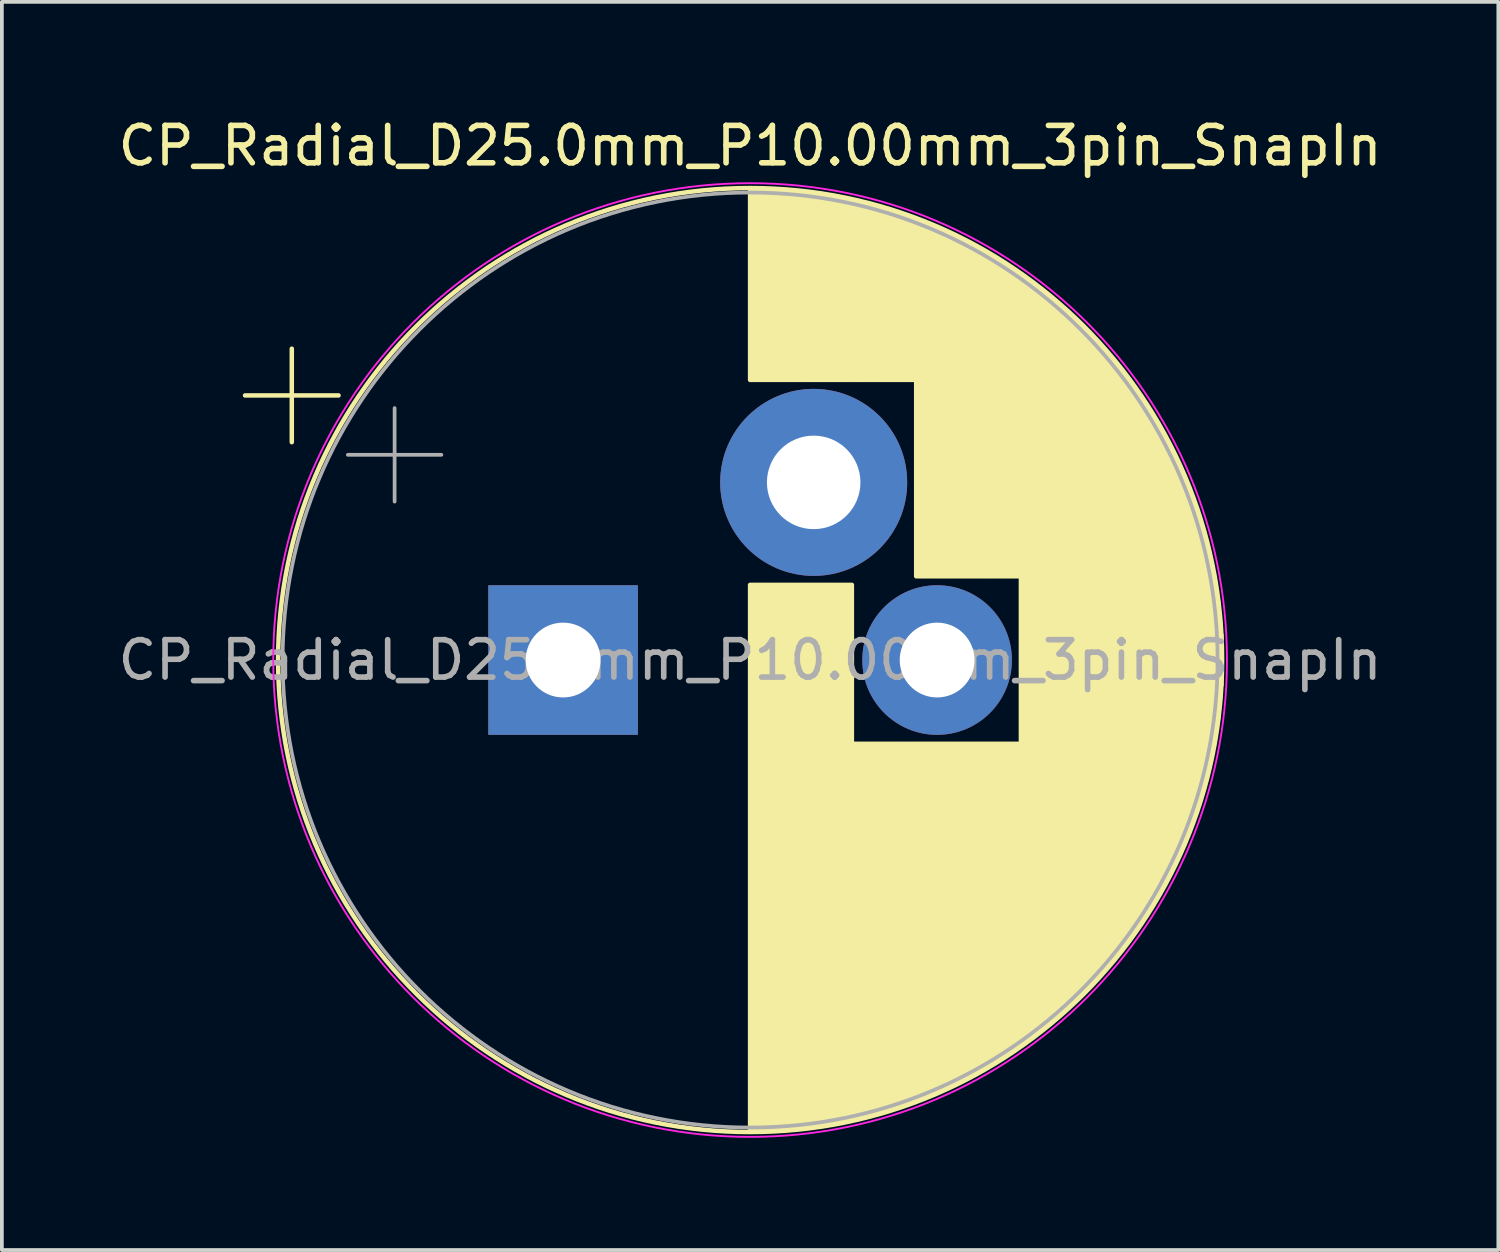
<source format=kicad_pcb>
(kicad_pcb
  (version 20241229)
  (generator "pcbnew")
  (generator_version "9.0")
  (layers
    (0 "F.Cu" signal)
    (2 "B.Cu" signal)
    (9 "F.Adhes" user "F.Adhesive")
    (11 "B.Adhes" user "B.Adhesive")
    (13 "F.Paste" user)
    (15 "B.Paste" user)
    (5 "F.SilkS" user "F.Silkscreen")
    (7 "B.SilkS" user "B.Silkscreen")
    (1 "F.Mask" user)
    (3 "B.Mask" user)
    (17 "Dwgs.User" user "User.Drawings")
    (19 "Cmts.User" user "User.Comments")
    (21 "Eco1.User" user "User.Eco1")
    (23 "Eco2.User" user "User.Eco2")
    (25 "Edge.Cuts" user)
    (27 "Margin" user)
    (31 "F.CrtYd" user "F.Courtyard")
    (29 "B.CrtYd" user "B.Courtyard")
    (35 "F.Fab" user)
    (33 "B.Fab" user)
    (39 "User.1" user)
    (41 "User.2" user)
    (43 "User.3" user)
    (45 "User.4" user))
  (footprint "CP_Radial_D25.0mm_P10.00mm_3pin_SnapIn"
    (layer "F.Cu")
    (at 12.006 14.598)
    (property "Reference" "CP_Radial_D25.0mm_P10.00mm_3pin_SnapIn" (at 5 -13.75 0) (layer "F.SilkS") (effects (font (size 1 1) (thickness 0.15))))
    (attr through_hole)
    (fp_line (start -8.504 -7.075) (end -6.004 -7.075) (stroke (width 0.12) (type solid)) (layer "F.SilkS"))
    (fp_line (start -7.254 -8.325) (end -7.254 -5.825) (stroke (width 0.12) (type solid)) (layer "F.SilkS"))
    (fp_line (start 5 -12.581) (end 5 -7.49) (stroke (width 0.12) (type solid)) (layer "F.SilkS"))
    (fp_line (start 5 -2.01) (end 5 12.581) (stroke (width 0.12) (type solid)) (layer "F.SilkS"))
    (fp_line (start 5.04 -12.58) (end 5.04 -7.49) (stroke (width 0.12) (type solid)) (layer "F.SilkS"))
    (fp_line (start 5.04 -2.01) (end 5.04 12.58) (stroke (width 0.12) (type solid)) (layer "F.SilkS"))
    (fp_line (start 5.08 -12.58) (end 5.08 -7.49) (stroke (width 0.12) (type solid)) (layer "F.SilkS"))
    (fp_line (start 5.08 -2.01) (end 5.08 12.58) (stroke (width 0.12) (type solid)) (layer "F.SilkS"))
    (fp_line (start 5.12 -12.58) (end 5.12 -7.49) (stroke (width 0.12) (type solid)) (layer "F.SilkS"))
    (fp_line (start 5.12 -2.01) (end 5.12 12.58) (stroke (width 0.12) (type solid)) (layer "F.SilkS"))
    (fp_line (start 5.16 -12.579) (end 5.16 -7.49) (stroke (width 0.12) (type solid)) (layer "F.SilkS"))
    (fp_line (start 5.16 -2.01) (end 5.16 12.579) (stroke (width 0.12) (type solid)) (layer "F.SilkS"))
    (fp_line (start 5.2 -12.579) (end 5.2 -7.49) (stroke (width 0.12) (type solid)) (layer "F.SilkS"))
    (fp_line (start 5.2 -2.01) (end 5.2 12.579) (stroke (width 0.12) (type solid)) (layer "F.SilkS"))
    (fp_line (start 5.24 -12.578) (end 5.24 -7.49) (stroke (width 0.12) (type solid)) (layer "F.SilkS"))
    (fp_line (start 5.24 -2.01) (end 5.24 12.578) (stroke (width 0.12) (type solid)) (layer "F.SilkS"))
    (fp_line (start 5.28 -12.577) (end 5.28 -7.49) (stroke (width 0.12) (type solid)) (layer "F.SilkS"))
    (fp_line (start 5.28 -2.01) (end 5.28 12.577) (stroke (width 0.12) (type solid)) (layer "F.SilkS"))
    (fp_line (start 5.32 -12.576) (end 5.32 -7.49) (stroke (width 0.12) (type solid)) (layer "F.SilkS"))
    (fp_line (start 5.32 -2.01) (end 5.32 12.576) (stroke (width 0.12) (type solid)) (layer "F.SilkS"))
    (fp_line (start 5.36 -12.575) (end 5.36 -7.49) (stroke (width 0.12) (type solid)) (layer "F.SilkS"))
    (fp_line (start 5.36 -2.01) (end 5.36 12.575) (stroke (width 0.12) (type solid)) (layer "F.SilkS"))
    (fp_line (start 5.4 -12.574) (end 5.4 -7.49) (stroke (width 0.12) (type solid)) (layer "F.SilkS"))
    (fp_line (start 5.4 -2.01) (end 5.4 12.574) (stroke (width 0.12) (type solid)) (layer "F.SilkS"))
    (fp_line (start 5.44 -12.573) (end 5.44 -7.49) (stroke (width 0.12) (type solid)) (layer "F.SilkS"))
    (fp_line (start 5.44 -2.01) (end 5.44 12.573) (stroke (width 0.12) (type solid)) (layer "F.SilkS"))
    (fp_line (start 5.48 -12.571) (end 5.48 -7.49) (stroke (width 0.12) (type solid)) (layer "F.SilkS"))
    (fp_line (start 5.48 -2.01) (end 5.48 12.571) (stroke (width 0.12) (type solid)) (layer "F.SilkS"))
    (fp_line (start 5.52 -12.57) (end 5.52 -7.49) (stroke (width 0.12) (type solid)) (layer "F.SilkS"))
    (fp_line (start 5.52 -2.01) (end 5.52 12.57) (stroke (width 0.12) (type solid)) (layer "F.SilkS"))
    (fp_line (start 5.56 -12.568) (end 5.56 -7.49) (stroke (width 0.12) (type solid)) (layer "F.SilkS"))
    (fp_line (start 5.56 -2.01) (end 5.56 12.568) (stroke (width 0.12) (type solid)) (layer "F.SilkS"))
    (fp_line (start 5.6 -12.566) (end 5.6 -7.49) (stroke (width 0.12) (type solid)) (layer "F.SilkS"))
    (fp_line (start 5.6 -2.01) (end 5.6 12.566) (stroke (width 0.12) (type solid)) (layer "F.SilkS"))
    (fp_line (start 5.64 -12.564) (end 5.64 -7.49) (stroke (width 0.12) (type solid)) (layer "F.SilkS"))
    (fp_line (start 5.64 -2.01) (end 5.64 12.564) (stroke (width 0.12) (type solid)) (layer "F.SilkS"))
    (fp_line (start 5.68 -12.562) (end 5.68 -7.49) (stroke (width 0.12) (type solid)) (layer "F.SilkS"))
    (fp_line (start 5.68 -2.01) (end 5.68 12.562) (stroke (width 0.12) (type solid)) (layer "F.SilkS"))
    (fp_line (start 5.721 -12.56) (end 5.721 -7.49) (stroke (width 0.12) (type solid)) (layer "F.SilkS"))
    (fp_line (start 5.721 -2.01) (end 5.721 12.56) (stroke (width 0.12) (type solid)) (layer "F.SilkS"))
    (fp_line (start 5.761 -12.558) (end 5.761 -7.49) (stroke (width 0.12) (type solid)) (layer "F.SilkS"))
    (fp_line (start 5.761 -2.01) (end 5.761 12.558) (stroke (width 0.12) (type solid)) (layer "F.SilkS"))
    (fp_line (start 5.801 -12.555) (end 5.801 -7.49) (stroke (width 0.12) (type solid)) (layer "F.SilkS"))
    (fp_line (start 5.801 -2.01) (end 5.801 12.555) (stroke (width 0.12) (type solid)) (layer "F.SilkS"))
    (fp_line (start 5.841 -12.553) (end 5.841 -7.49) (stroke (width 0.12) (type solid)) (layer "F.SilkS"))
    (fp_line (start 5.841 -2.01) (end 5.841 12.553) (stroke (width 0.12) (type solid)) (layer "F.SilkS"))
    (fp_line (start 5.881 -12.55) (end 5.881 -7.49) (stroke (width 0.12) (type solid)) (layer "F.SilkS"))
    (fp_line (start 5.881 -2.01) (end 5.881 12.55) (stroke (width 0.12) (type solid)) (layer "F.SilkS"))
    (fp_line (start 5.921 -12.547) (end 5.921 -7.49) (stroke (width 0.12) (type solid)) (layer "F.SilkS"))
    (fp_line (start 5.921 -2.01) (end 5.921 12.547) (stroke (width 0.12) (type solid)) (layer "F.SilkS"))
    (fp_line (start 5.961 -12.544) (end 5.961 -7.49) (stroke (width 0.12) (type solid)) (layer "F.SilkS"))
    (fp_line (start 5.961 -2.01) (end 5.961 12.544) (stroke (width 0.12) (type solid)) (layer "F.SilkS"))
    (fp_line (start 6.001 -12.541) (end 6.001 -7.49) (stroke (width 0.12) (type solid)) (layer "F.SilkS"))
    (fp_line (start 6.001 -2.01) (end 6.001 12.541) (stroke (width 0.12) (type solid)) (layer "F.SilkS"))
    (fp_line (start 6.041 -12.538) (end 6.041 -7.49) (stroke (width 0.12) (type solid)) (layer "F.SilkS"))
    (fp_line (start 6.041 -2.01) (end 6.041 12.538) (stroke (width 0.12) (type solid)) (layer "F.SilkS"))
    (fp_line (start 6.081 -12.534) (end 6.081 -7.49) (stroke (width 0.12) (type solid)) (layer "F.SilkS"))
    (fp_line (start 6.081 -2.01) (end 6.081 12.534) (stroke (width 0.12) (type solid)) (layer "F.SilkS"))
    (fp_line (start 6.121 -12.531) (end 6.121 -7.49) (stroke (width 0.12) (type solid)) (layer "F.SilkS"))
    (fp_line (start 6.121 -2.01) (end 6.121 12.531) (stroke (width 0.12) (type solid)) (layer "F.SilkS"))
    (fp_line (start 6.161 -12.527) (end 6.161 -7.49) (stroke (width 0.12) (type solid)) (layer "F.SilkS"))
    (fp_line (start 6.161 -2.01) (end 6.161 12.527) (stroke (width 0.12) (type solid)) (layer "F.SilkS"))
    (fp_line (start 6.201 -12.523) (end 6.201 -7.49) (stroke (width 0.12) (type solid)) (layer "F.SilkS"))
    (fp_line (start 6.201 -2.01) (end 6.201 12.523) (stroke (width 0.12) (type solid)) (layer "F.SilkS"))
    (fp_line (start 6.241 -12.519) (end 6.241 -7.49) (stroke (width 0.12) (type solid)) (layer "F.SilkS"))
    (fp_line (start 6.241 -2.01) (end 6.241 12.519) (stroke (width 0.12) (type solid)) (layer "F.SilkS"))
    (fp_line (start 6.281 -12.515) (end 6.281 -7.49) (stroke (width 0.12) (type solid)) (layer "F.SilkS"))
    (fp_line (start 6.281 -2.01) (end 6.281 12.515) (stroke (width 0.12) (type solid)) (layer "F.SilkS"))
    (fp_line (start 6.321 -12.511) (end 6.321 -7.49) (stroke (width 0.12) (type solid)) (layer "F.SilkS"))
    (fp_line (start 6.321 -2.01) (end 6.321 12.511) (stroke (width 0.12) (type solid)) (layer "F.SilkS"))
    (fp_line (start 6.361 -12.507) (end 6.361 -7.49) (stroke (width 0.12) (type solid)) (layer "F.SilkS"))
    (fp_line (start 6.361 -2.01) (end 6.361 12.507) (stroke (width 0.12) (type solid)) (layer "F.SilkS"))
    (fp_line (start 6.401 -12.503) (end 6.401 -7.49) (stroke (width 0.12) (type solid)) (layer "F.SilkS"))
    (fp_line (start 6.401 -2.01) (end 6.401 12.503) (stroke (width 0.12) (type solid)) (layer "F.SilkS"))
    (fp_line (start 6.441 -12.498) (end 6.441 -7.49) (stroke (width 0.12) (type solid)) (layer "F.SilkS"))
    (fp_line (start 6.441 -2.01) (end 6.441 12.498) (stroke (width 0.12) (type solid)) (layer "F.SilkS"))
    (fp_line (start 6.481 -12.493) (end 6.481 -7.49) (stroke (width 0.12) (type solid)) (layer "F.SilkS"))
    (fp_line (start 6.481 -2.01) (end 6.481 12.493) (stroke (width 0.12) (type solid)) (layer "F.SilkS"))
    (fp_line (start 6.521 -12.489) (end 6.521 -7.49) (stroke (width 0.12) (type solid)) (layer "F.SilkS"))
    (fp_line (start 6.521 -2.01) (end 6.521 12.489) (stroke (width 0.12) (type solid)) (layer "F.SilkS"))
    (fp_line (start 6.561 -12.484) (end 6.561 -7.49) (stroke (width 0.12) (type solid)) (layer "F.SilkS"))
    (fp_line (start 6.561 -2.01) (end 6.561 12.484) (stroke (width 0.12) (type solid)) (layer "F.SilkS"))
    (fp_line (start 6.601 -12.479) (end 6.601 -7.49) (stroke (width 0.12) (type solid)) (layer "F.SilkS"))
    (fp_line (start 6.601 -2.01) (end 6.601 12.479) (stroke (width 0.12) (type solid)) (layer "F.SilkS"))
    (fp_line (start 6.641 -12.473) (end 6.641 -7.49) (stroke (width 0.12) (type solid)) (layer "F.SilkS"))
    (fp_line (start 6.641 -2.01) (end 6.641 12.473) (stroke (width 0.12) (type solid)) (layer "F.SilkS"))
    (fp_line (start 6.681 -12.468) (end 6.681 -7.49) (stroke (width 0.12) (type solid)) (layer "F.SilkS"))
    (fp_line (start 6.681 -2.01) (end 6.681 12.468) (stroke (width 0.12) (type solid)) (layer "F.SilkS"))
    (fp_line (start 6.721 -12.463) (end 6.721 -7.49) (stroke (width 0.12) (type solid)) (layer "F.SilkS"))
    (fp_line (start 6.721 -2.01) (end 6.721 12.463) (stroke (width 0.12) (type solid)) (layer "F.SilkS"))
    (fp_line (start 6.761 -12.457) (end 6.761 -7.49) (stroke (width 0.12) (type solid)) (layer "F.SilkS"))
    (fp_line (start 6.761 -2.01) (end 6.761 12.457) (stroke (width 0.12) (type solid)) (layer "F.SilkS"))
    (fp_line (start 6.801 -12.451) (end 6.801 -7.49) (stroke (width 0.12) (type solid)) (layer "F.SilkS"))
    (fp_line (start 6.801 -2.01) (end 6.801 12.451) (stroke (width 0.12) (type solid)) (layer "F.SilkS"))
    (fp_line (start 6.841 -12.446) (end 6.841 -7.49) (stroke (width 0.12) (type solid)) (layer "F.SilkS"))
    (fp_line (start 6.841 -2.01) (end 6.841 12.446) (stroke (width 0.12) (type solid)) (layer "F.SilkS"))
    (fp_line (start 6.881 -12.44) (end 6.881 -7.49) (stroke (width 0.12) (type solid)) (layer "F.SilkS"))
    (fp_line (start 6.881 -2.01) (end 6.881 12.44) (stroke (width 0.12) (type solid)) (layer "F.SilkS"))
    (fp_line (start 6.921 -12.434) (end 6.921 -7.49) (stroke (width 0.12) (type solid)) (layer "F.SilkS"))
    (fp_line (start 6.921 -2.01) (end 6.921 12.434) (stroke (width 0.12) (type solid)) (layer "F.SilkS"))
    (fp_line (start 6.961 -12.427) (end 6.961 -7.49) (stroke (width 0.12) (type solid)) (layer "F.SilkS"))
    (fp_line (start 6.961 -2.01) (end 6.961 12.427) (stroke (width 0.12) (type solid)) (layer "F.SilkS"))
    (fp_line (start 7.001 -12.421) (end 7.001 -7.49) (stroke (width 0.12) (type solid)) (layer "F.SilkS"))
    (fp_line (start 7.001 -2.01) (end 7.001 12.421) (stroke (width 0.12) (type solid)) (layer "F.SilkS"))
    (fp_line (start 7.041 -12.415) (end 7.041 -7.49) (stroke (width 0.12) (type solid)) (layer "F.SilkS"))
    (fp_line (start 7.041 -2.01) (end 7.041 12.415) (stroke (width 0.12) (type solid)) (layer "F.SilkS"))
    (fp_line (start 7.081 -12.408) (end 7.081 -7.49) (stroke (width 0.12) (type solid)) (layer "F.SilkS"))
    (fp_line (start 7.081 -2.01) (end 7.081 12.408) (stroke (width 0.12) (type solid)) (layer "F.SilkS"))
    (fp_line (start 7.121 -12.401) (end 7.121 -7.49) (stroke (width 0.12) (type solid)) (layer "F.SilkS"))
    (fp_line (start 7.121 -2.01) (end 7.121 12.401) (stroke (width 0.12) (type solid)) (layer "F.SilkS"))
    (fp_line (start 7.161 -12.394) (end 7.161 -7.49) (stroke (width 0.12) (type solid)) (layer "F.SilkS"))
    (fp_line (start 7.161 -2.01) (end 7.161 12.394) (stroke (width 0.12) (type solid)) (layer "F.SilkS"))
    (fp_line (start 7.201 -12.387) (end 7.201 -7.49) (stroke (width 0.12) (type solid)) (layer "F.SilkS"))
    (fp_line (start 7.201 -2.01) (end 7.201 12.387) (stroke (width 0.12) (type solid)) (layer "F.SilkS"))
    (fp_line (start 7.241 -12.38) (end 7.241 -7.49) (stroke (width 0.12) (type solid)) (layer "F.SilkS"))
    (fp_line (start 7.241 -2.01) (end 7.241 12.38) (stroke (width 0.12) (type solid)) (layer "F.SilkS"))
    (fp_line (start 7.281 -12.373) (end 7.281 -7.49) (stroke (width 0.12) (type solid)) (layer "F.SilkS"))
    (fp_line (start 7.281 -2.01) (end 7.281 12.373) (stroke (width 0.12) (type solid)) (layer "F.SilkS"))
    (fp_line (start 7.321 -12.365) (end 7.321 -7.49) (stroke (width 0.12) (type solid)) (layer "F.SilkS"))
    (fp_line (start 7.321 -2.01) (end 7.321 12.365) (stroke (width 0.12) (type solid)) (layer "F.SilkS"))
    (fp_line (start 7.361 -12.358) (end 7.361 -7.49) (stroke (width 0.12) (type solid)) (layer "F.SilkS"))
    (fp_line (start 7.361 -2.01) (end 7.361 12.358) (stroke (width 0.12) (type solid)) (layer "F.SilkS"))
    (fp_line (start 7.401 -12.35) (end 7.401 -7.49) (stroke (width 0.12) (type solid)) (layer "F.SilkS"))
    (fp_line (start 7.401 -2.01) (end 7.401 12.35) (stroke (width 0.12) (type solid)) (layer "F.SilkS"))
    (fp_line (start 7.441 -12.342) (end 7.441 -7.49) (stroke (width 0.12) (type solid)) (layer "F.SilkS"))
    (fp_line (start 7.441 -2.01) (end 7.441 12.342) (stroke (width 0.12) (type solid)) (layer "F.SilkS"))
    (fp_line (start 7.481 -12.334) (end 7.481 -7.49) (stroke (width 0.12) (type solid)) (layer "F.SilkS"))
    (fp_line (start 7.481 -2.01) (end 7.481 12.334) (stroke (width 0.12) (type solid)) (layer "F.SilkS"))
    (fp_line (start 7.521 -12.326) (end 7.521 -7.49) (stroke (width 0.12) (type solid)) (layer "F.SilkS"))
    (fp_line (start 7.521 -2.01) (end 7.521 12.326) (stroke (width 0.12) (type solid)) (layer "F.SilkS"))
    (fp_line (start 7.561 -12.318) (end 7.561 -7.49) (stroke (width 0.12) (type solid)) (layer "F.SilkS"))
    (fp_line (start 7.561 -2.01) (end 7.561 12.318) (stroke (width 0.12) (type solid)) (layer "F.SilkS"))
    (fp_line (start 7.601 -12.31) (end 7.601 -7.49) (stroke (width 0.12) (type solid)) (layer "F.SilkS"))
    (fp_line (start 7.601 -2.01) (end 7.601 12.31) (stroke (width 0.12) (type solid)) (layer "F.SilkS"))
    (fp_line (start 7.641 -12.301) (end 7.641 -7.49) (stroke (width 0.12) (type solid)) (layer "F.SilkS"))
    (fp_line (start 7.641 -2.01) (end 7.641 12.301) (stroke (width 0.12) (type solid)) (layer "F.SilkS"))
    (fp_line (start 7.681 -12.293) (end 7.681 -7.49) (stroke (width 0.12) (type solid)) (layer "F.SilkS"))
    (fp_line (start 7.681 -2.01) (end 7.681 12.293) (stroke (width 0.12) (type solid)) (layer "F.SilkS"))
    (fp_line (start 7.721 -12.284) (end 7.721 -7.49) (stroke (width 0.12) (type solid)) (layer "F.SilkS"))
    (fp_line (start 7.721 -2.01) (end 7.721 12.284) (stroke (width 0.12) (type solid)) (layer "F.SilkS"))
    (fp_line (start 7.761 -12.275) (end 7.761 -7.49) (stroke (width 0.12) (type solid)) (layer "F.SilkS"))
    (fp_line (start 7.761 2.24) (end 7.761 12.275) (stroke (width 0.12) (type solid)) (layer "F.SilkS"))
    (fp_line (start 7.801 -12.266) (end 7.801 -7.49) (stroke (width 0.12) (type solid)) (layer "F.SilkS"))
    (fp_line (start 7.801 2.24) (end 7.801 12.266) (stroke (width 0.12) (type solid)) (layer "F.SilkS"))
    (fp_line (start 7.841 -12.257) (end 7.841 -7.49) (stroke (width 0.12) (type solid)) (layer "F.SilkS"))
    (fp_line (start 7.841 2.24) (end 7.841 12.257) (stroke (width 0.12) (type solid)) (layer "F.SilkS"))
    (fp_line (start 7.881 -12.247) (end 7.881 -7.49) (stroke (width 0.12) (type solid)) (layer "F.SilkS"))
    (fp_line (start 7.881 2.24) (end 7.881 12.247) (stroke (width 0.12) (type solid)) (layer "F.SilkS"))
    (fp_line (start 7.921 -12.238) (end 7.921 -7.49) (stroke (width 0.12) (type solid)) (layer "F.SilkS"))
    (fp_line (start 7.921 2.24) (end 7.921 12.238) (stroke (width 0.12) (type solid)) (layer "F.SilkS"))
    (fp_line (start 7.961 -12.228) (end 7.961 -7.49) (stroke (width 0.12) (type solid)) (layer "F.SilkS"))
    (fp_line (start 7.961 2.24) (end 7.961 12.228) (stroke (width 0.12) (type solid)) (layer "F.SilkS"))
    (fp_line (start 8.001 -12.219) (end 8.001 -7.49) (stroke (width 0.12) (type solid)) (layer "F.SilkS"))
    (fp_line (start 8.001 2.24) (end 8.001 12.219) (stroke (width 0.12) (type solid)) (layer "F.SilkS"))
    (fp_line (start 8.041 -12.209) (end 8.041 -7.49) (stroke (width 0.12) (type solid)) (layer "F.SilkS"))
    (fp_line (start 8.041 2.24) (end 8.041 12.209) (stroke (width 0.12) (type solid)) (layer "F.SilkS"))
    (fp_line (start 8.081 -12.199) (end 8.081 -7.49) (stroke (width 0.12) (type solid)) (layer "F.SilkS"))
    (fp_line (start 8.081 2.24) (end 8.081 12.199) (stroke (width 0.12) (type solid)) (layer "F.SilkS"))
    (fp_line (start 8.121 -12.189) (end 8.121 -7.49) (stroke (width 0.12) (type solid)) (layer "F.SilkS"))
    (fp_line (start 8.121 2.24) (end 8.121 12.189) (stroke (width 0.12) (type solid)) (layer "F.SilkS"))
    (fp_line (start 8.161 -12.178) (end 8.161 -7.49) (stroke (width 0.12) (type solid)) (layer "F.SilkS"))
    (fp_line (start 8.161 2.24) (end 8.161 12.178) (stroke (width 0.12) (type solid)) (layer "F.SilkS"))
    (fp_line (start 8.201 -12.168) (end 8.201 -7.49) (stroke (width 0.12) (type solid)) (layer "F.SilkS"))
    (fp_line (start 8.201 2.24) (end 8.201 12.168) (stroke (width 0.12) (type solid)) (layer "F.SilkS"))
    (fp_line (start 8.241 -12.157) (end 8.241 -7.49) (stroke (width 0.12) (type solid)) (layer "F.SilkS"))
    (fp_line (start 8.241 2.24) (end 8.241 12.157) (stroke (width 0.12) (type solid)) (layer "F.SilkS"))
    (fp_line (start 8.281 -12.147) (end 8.281 -7.49) (stroke (width 0.12) (type solid)) (layer "F.SilkS"))
    (fp_line (start 8.281 2.24) (end 8.281 12.147) (stroke (width 0.12) (type solid)) (layer "F.SilkS"))
    (fp_line (start 8.321 -12.136) (end 8.321 -7.49) (stroke (width 0.12) (type solid)) (layer "F.SilkS"))
    (fp_line (start 8.321 2.24) (end 8.321 12.136) (stroke (width 0.12) (type solid)) (layer "F.SilkS"))
    (fp_line (start 8.361 -12.125) (end 8.361 -7.49) (stroke (width 0.12) (type solid)) (layer "F.SilkS"))
    (fp_line (start 8.361 2.24) (end 8.361 12.125) (stroke (width 0.12) (type solid)) (layer "F.SilkS"))
    (fp_line (start 8.401 -12.114) (end 8.401 -7.49) (stroke (width 0.12) (type solid)) (layer "F.SilkS"))
    (fp_line (start 8.401 2.24) (end 8.401 12.114) (stroke (width 0.12) (type solid)) (layer "F.SilkS"))
    (fp_line (start 8.441 -12.103) (end 8.441 -7.49) (stroke (width 0.12) (type solid)) (layer "F.SilkS"))
    (fp_line (start 8.441 2.24) (end 8.441 12.103) (stroke (width 0.12) (type solid)) (layer "F.SilkS"))
    (fp_line (start 8.481 -12.091) (end 8.481 -7.49) (stroke (width 0.12) (type solid)) (layer "F.SilkS"))
    (fp_line (start 8.481 2.24) (end 8.481 12.091) (stroke (width 0.12) (type solid)) (layer "F.SilkS"))
    (fp_line (start 8.521 -12.08) (end 8.521 -7.49) (stroke (width 0.12) (type solid)) (layer "F.SilkS"))
    (fp_line (start 8.521 2.24) (end 8.521 12.08) (stroke (width 0.12) (type solid)) (layer "F.SilkS"))
    (fp_line (start 8.561 -12.068) (end 8.561 -7.49) (stroke (width 0.12) (type solid)) (layer "F.SilkS"))
    (fp_line (start 8.561 2.24) (end 8.561 12.068) (stroke (width 0.12) (type solid)) (layer "F.SilkS"))
    (fp_line (start 8.601 -12.056) (end 8.601 -7.49) (stroke (width 0.12) (type solid)) (layer "F.SilkS"))
    (fp_line (start 8.601 2.24) (end 8.601 12.056) (stroke (width 0.12) (type solid)) (layer "F.SilkS"))
    (fp_line (start 8.641 -12.044) (end 8.641 -7.49) (stroke (width 0.12) (type solid)) (layer "F.SilkS"))
    (fp_line (start 8.641 2.24) (end 8.641 12.044) (stroke (width 0.12) (type solid)) (layer "F.SilkS"))
    (fp_line (start 8.681 -12.032) (end 8.681 -7.49) (stroke (width 0.12) (type solid)) (layer "F.SilkS"))
    (fp_line (start 8.681 2.24) (end 8.681 12.032) (stroke (width 0.12) (type solid)) (layer "F.SilkS"))
    (fp_line (start 8.721 -12.02) (end 8.721 -7.49) (stroke (width 0.12) (type solid)) (layer "F.SilkS"))
    (fp_line (start 8.721 2.24) (end 8.721 12.02) (stroke (width 0.12) (type solid)) (layer "F.SilkS"))
    (fp_line (start 8.761 -12.007) (end 8.761 -7.49) (stroke (width 0.12) (type solid)) (layer "F.SilkS"))
    (fp_line (start 8.761 2.24) (end 8.761 12.007) (stroke (width 0.12) (type solid)) (layer "F.SilkS"))
    (fp_line (start 8.801 -11.995) (end 8.801 -7.49) (stroke (width 0.12) (type solid)) (layer "F.SilkS"))
    (fp_line (start 8.801 2.24) (end 8.801 11.995) (stroke (width 0.12) (type solid)) (layer "F.SilkS"))
    (fp_line (start 8.841 -11.982) (end 8.841 -7.49) (stroke (width 0.12) (type solid)) (layer "F.SilkS"))
    (fp_line (start 8.841 2.24) (end 8.841 11.982) (stroke (width 0.12) (type solid)) (layer "F.SilkS"))
    (fp_line (start 8.881 -11.969) (end 8.881 -7.49) (stroke (width 0.12) (type solid)) (layer "F.SilkS"))
    (fp_line (start 8.881 2.24) (end 8.881 11.969) (stroke (width 0.12) (type solid)) (layer "F.SilkS"))
    (fp_line (start 8.921 -11.956) (end 8.921 -7.49) (stroke (width 0.12) (type solid)) (layer "F.SilkS"))
    (fp_line (start 8.921 2.24) (end 8.921 11.956) (stroke (width 0.12) (type solid)) (layer "F.SilkS"))
    (fp_line (start 8.961 -11.943) (end 8.961 -7.49) (stroke (width 0.12) (type solid)) (layer "F.SilkS"))
    (fp_line (start 8.961 2.24) (end 8.961 11.943) (stroke (width 0.12) (type solid)) (layer "F.SilkS"))
    (fp_line (start 9.001 -11.93) (end 9.001 -7.49) (stroke (width 0.12) (type solid)) (layer "F.SilkS"))
    (fp_line (start 9.001 2.24) (end 9.001 11.93) (stroke (width 0.12) (type solid)) (layer "F.SilkS"))
    (fp_line (start 9.041 -11.916) (end 9.041 -7.49) (stroke (width 0.12) (type solid)) (layer "F.SilkS"))
    (fp_line (start 9.041 2.24) (end 9.041 11.916) (stroke (width 0.12) (type solid)) (layer "F.SilkS"))
    (fp_line (start 9.081 -11.903) (end 9.081 -7.49) (stroke (width 0.12) (type solid)) (layer "F.SilkS"))
    (fp_line (start 9.081 2.24) (end 9.081 11.903) (stroke (width 0.12) (type solid)) (layer "F.SilkS"))
    (fp_line (start 9.121 -11.889) (end 9.121 -7.49) (stroke (width 0.12) (type solid)) (layer "F.SilkS"))
    (fp_line (start 9.121 2.24) (end 9.121 11.889) (stroke (width 0.12) (type solid)) (layer "F.SilkS"))
    (fp_line (start 9.161 -11.875) (end 9.161 -7.49) (stroke (width 0.12) (type solid)) (layer "F.SilkS"))
    (fp_line (start 9.161 2.24) (end 9.161 11.875) (stroke (width 0.12) (type solid)) (layer "F.SilkS"))
    (fp_line (start 9.201 -11.861) (end 9.201 -7.49) (stroke (width 0.12) (type solid)) (layer "F.SilkS"))
    (fp_line (start 9.201 2.24) (end 9.201 11.861) (stroke (width 0.12) (type solid)) (layer "F.SilkS"))
    (fp_line (start 9.241 -11.847) (end 9.241 -7.49) (stroke (width 0.12) (type solid)) (layer "F.SilkS"))
    (fp_line (start 9.241 2.24) (end 9.241 11.847) (stroke (width 0.12) (type solid)) (layer "F.SilkS"))
    (fp_line (start 9.281 -11.833) (end 9.281 -7.49) (stroke (width 0.12) (type solid)) (layer "F.SilkS"))
    (fp_line (start 9.281 2.24) (end 9.281 11.833) (stroke (width 0.12) (type solid)) (layer "F.SilkS"))
    (fp_line (start 9.321 -11.818) (end 9.321 -7.49) (stroke (width 0.12) (type solid)) (layer "F.SilkS"))
    (fp_line (start 9.321 2.24) (end 9.321 11.818) (stroke (width 0.12) (type solid)) (layer "F.SilkS"))
    (fp_line (start 9.361 -11.803) (end 9.361 -7.49) (stroke (width 0.12) (type solid)) (layer "F.SilkS"))
    (fp_line (start 9.361 2.24) (end 9.361 11.803) (stroke (width 0.12) (type solid)) (layer "F.SilkS"))
    (fp_line (start 9.401 -11.789) (end 9.401 -7.49) (stroke (width 0.12) (type solid)) (layer "F.SilkS"))
    (fp_line (start 9.401 2.24) (end 9.401 11.789) (stroke (width 0.12) (type solid)) (layer "F.SilkS"))
    (fp_line (start 9.441 -11.774) (end 9.441 -2.24) (stroke (width 0.12) (type solid)) (layer "F.SilkS"))
    (fp_line (start 9.441 2.24) (end 9.441 11.774) (stroke (width 0.12) (type solid)) (layer "F.SilkS"))
    (fp_line (start 9.481 -11.759) (end 9.481 -2.24) (stroke (width 0.12) (type solid)) (layer "F.SilkS"))
    (fp_line (start 9.481 2.24) (end 9.481 11.759) (stroke (width 0.12) (type solid)) (layer "F.SilkS"))
    (fp_line (start 9.521 -11.743) (end 9.521 -2.24) (stroke (width 0.12) (type solid)) (layer "F.SilkS"))
    (fp_line (start 9.521 2.24) (end 9.521 11.743) (stroke (width 0.12) (type solid)) (layer "F.SilkS"))
    (fp_line (start 9.561 -11.728) (end 9.561 -2.24) (stroke (width 0.12) (type solid)) (layer "F.SilkS"))
    (fp_line (start 9.561 2.24) (end 9.561 11.728) (stroke (width 0.12) (type solid)) (layer "F.SilkS"))
    (fp_line (start 9.601 -11.712) (end 9.601 -2.24) (stroke (width 0.12) (type solid)) (layer "F.SilkS"))
    (fp_line (start 9.601 2.24) (end 9.601 11.712) (stroke (width 0.12) (type solid)) (layer "F.SilkS"))
    (fp_line (start 9.641 -11.697) (end 9.641 -2.24) (stroke (width 0.12) (type solid)) (layer "F.SilkS"))
    (fp_line (start 9.641 2.24) (end 9.641 11.697) (stroke (width 0.12) (type solid)) (layer "F.SilkS"))
    (fp_line (start 9.681 -11.681) (end 9.681 -2.24) (stroke (width 0.12) (type solid)) (layer "F.SilkS"))
    (fp_line (start 9.681 2.24) (end 9.681 11.681) (stroke (width 0.12) (type solid)) (layer "F.SilkS"))
    (fp_line (start 9.721 -11.665) (end 9.721 -2.24) (stroke (width 0.12) (type solid)) (layer "F.SilkS"))
    (fp_line (start 9.721 2.24) (end 9.721 11.665) (stroke (width 0.12) (type solid)) (layer "F.SilkS"))
    (fp_line (start 9.761 -11.648) (end 9.761 -2.24) (stroke (width 0.12) (type solid)) (layer "F.SilkS"))
    (fp_line (start 9.761 2.24) (end 9.761 11.648) (stroke (width 0.12) (type solid)) (layer "F.SilkS"))
    (fp_line (start 9.801 -11.632) (end 9.801 -2.24) (stroke (width 0.12) (type solid)) (layer "F.SilkS"))
    (fp_line (start 9.801 2.24) (end 9.801 11.632) (stroke (width 0.12) (type solid)) (layer "F.SilkS"))
    (fp_line (start 9.841 -11.615) (end 9.841 -2.24) (stroke (width 0.12) (type solid)) (layer "F.SilkS"))
    (fp_line (start 9.841 2.24) (end 9.841 11.615) (stroke (width 0.12) (type solid)) (layer "F.SilkS"))
    (fp_line (start 9.881 -11.599) (end 9.881 -2.24) (stroke (width 0.12) (type solid)) (layer "F.SilkS"))
    (fp_line (start 9.881 2.24) (end 9.881 11.599) (stroke (width 0.12) (type solid)) (layer "F.SilkS"))
    (fp_line (start 9.921 -11.582) (end 9.921 -2.24) (stroke (width 0.12) (type solid)) (layer "F.SilkS"))
    (fp_line (start 9.921 2.24) (end 9.921 11.582) (stroke (width 0.12) (type solid)) (layer "F.SilkS"))
    (fp_line (start 9.961 -11.565) (end 9.961 -2.24) (stroke (width 0.12) (type solid)) (layer "F.SilkS"))
    (fp_line (start 9.961 2.24) (end 9.961 11.565) (stroke (width 0.12) (type solid)) (layer "F.SilkS"))
    (fp_line (start 10.001 -11.548) (end 10.001 -2.24) (stroke (width 0.12) (type solid)) (layer "F.SilkS"))
    (fp_line (start 10.001 2.24) (end 10.001 11.548) (stroke (width 0.12) (type solid)) (layer "F.SilkS"))
    (fp_line (start 10.041 -11.53) (end 10.041 -2.24) (stroke (width 0.12) (type solid)) (layer "F.SilkS"))
    (fp_line (start 10.041 2.24) (end 10.041 11.53) (stroke (width 0.12) (type solid)) (layer "F.SilkS"))
    (fp_line (start 10.081 -11.513) (end 10.081 -2.24) (stroke (width 0.12) (type solid)) (layer "F.SilkS"))
    (fp_line (start 10.081 2.24) (end 10.081 11.513) (stroke (width 0.12) (type solid)) (layer "F.SilkS"))
    (fp_line (start 10.121 -11.495) (end 10.121 -2.24) (stroke (width 0.12) (type solid)) (layer "F.SilkS"))
    (fp_line (start 10.121 2.24) (end 10.121 11.495) (stroke (width 0.12) (type solid)) (layer "F.SilkS"))
    (fp_line (start 10.161 -11.477) (end 10.161 -2.24) (stroke (width 0.12) (type solid)) (layer "F.SilkS"))
    (fp_line (start 10.161 2.24) (end 10.161 11.477) (stroke (width 0.12) (type solid)) (layer "F.SilkS"))
    (fp_line (start 10.201 -11.459) (end 10.201 -2.24) (stroke (width 0.12) (type solid)) (layer "F.SilkS"))
    (fp_line (start 10.201 2.24) (end 10.201 11.459) (stroke (width 0.12) (type solid)) (layer "F.SilkS"))
    (fp_line (start 10.241 -11.441) (end 10.241 -2.24) (stroke (width 0.12) (type solid)) (layer "F.SilkS"))
    (fp_line (start 10.241 2.24) (end 10.241 11.441) (stroke (width 0.12) (type solid)) (layer "F.SilkS"))
    (fp_line (start 10.281 -11.423) (end 10.281 -2.24) (stroke (width 0.12) (type solid)) (layer "F.SilkS"))
    (fp_line (start 10.281 2.24) (end 10.281 11.423) (stroke (width 0.12) (type solid)) (layer "F.SilkS"))
    (fp_line (start 10.321 -11.404) (end 10.321 -2.24) (stroke (width 0.12) (type solid)) (layer "F.SilkS"))
    (fp_line (start 10.321 2.24) (end 10.321 11.404) (stroke (width 0.12) (type solid)) (layer "F.SilkS"))
    (fp_line (start 10.361 -11.386) (end 10.361 -2.24) (stroke (width 0.12) (type solid)) (layer "F.SilkS"))
    (fp_line (start 10.361 2.24) (end 10.361 11.386) (stroke (width 0.12) (type solid)) (layer "F.SilkS"))
    (fp_line (start 10.401 -11.367) (end 10.401 -2.24) (stroke (width 0.12) (type solid)) (layer "F.SilkS"))
    (fp_line (start 10.401 2.24) (end 10.401 11.367) (stroke (width 0.12) (type solid)) (layer "F.SilkS"))
    (fp_line (start 10.441 -11.348) (end 10.441 -2.24) (stroke (width 0.12) (type solid)) (layer "F.SilkS"))
    (fp_line (start 10.441 2.24) (end 10.441 11.348) (stroke (width 0.12) (type solid)) (layer "F.SilkS"))
    (fp_line (start 10.481 -11.329) (end 10.481 -2.24) (stroke (width 0.12) (type solid)) (layer "F.SilkS"))
    (fp_line (start 10.481 2.24) (end 10.481 11.329) (stroke (width 0.12) (type solid)) (layer "F.SilkS"))
    (fp_line (start 10.521 -11.309) (end 10.521 -2.24) (stroke (width 0.12) (type solid)) (layer "F.SilkS"))
    (fp_line (start 10.521 2.24) (end 10.521 11.309) (stroke (width 0.12) (type solid)) (layer "F.SilkS"))
    (fp_line (start 10.561 -11.29) (end 10.561 -2.24) (stroke (width 0.12) (type solid)) (layer "F.SilkS"))
    (fp_line (start 10.561 2.24) (end 10.561 11.29) (stroke (width 0.12) (type solid)) (layer "F.SilkS"))
    (fp_line (start 10.601 -11.27) (end 10.601 -2.24) (stroke (width 0.12) (type solid)) (layer "F.SilkS"))
    (fp_line (start 10.601 2.24) (end 10.601 11.27) (stroke (width 0.12) (type solid)) (layer "F.SilkS"))
    (fp_line (start 10.641 -11.25) (end 10.641 -2.24) (stroke (width 0.12) (type solid)) (layer "F.SilkS"))
    (fp_line (start 10.641 2.24) (end 10.641 11.25) (stroke (width 0.12) (type solid)) (layer "F.SilkS"))
    (fp_line (start 10.681 -11.23) (end 10.681 -2.24) (stroke (width 0.12) (type solid)) (layer "F.SilkS"))
    (fp_line (start 10.681 2.24) (end 10.681 11.23) (stroke (width 0.12) (type solid)) (layer "F.SilkS"))
    (fp_line (start 10.721 -11.21) (end 10.721 -2.24) (stroke (width 0.12) (type solid)) (layer "F.SilkS"))
    (fp_line (start 10.721 2.24) (end 10.721 11.21) (stroke (width 0.12) (type solid)) (layer "F.SilkS"))
    (fp_line (start 10.761 -11.189) (end 10.761 -2.24) (stroke (width 0.12) (type solid)) (layer "F.SilkS"))
    (fp_line (start 10.761 2.24) (end 10.761 11.189) (stroke (width 0.12) (type solid)) (layer "F.SilkS"))
    (fp_line (start 10.801 -11.169) (end 10.801 -2.24) (stroke (width 0.12) (type solid)) (layer "F.SilkS"))
    (fp_line (start 10.801 2.24) (end 10.801 11.169) (stroke (width 0.12) (type solid)) (layer "F.SilkS"))
    (fp_line (start 10.841 -11.148) (end 10.841 -2.24) (stroke (width 0.12) (type solid)) (layer "F.SilkS"))
    (fp_line (start 10.841 2.24) (end 10.841 11.148) (stroke (width 0.12) (type solid)) (layer "F.SilkS"))
    (fp_line (start 10.881 -11.127) (end 10.881 -2.24) (stroke (width 0.12) (type solid)) (layer "F.SilkS"))
    (fp_line (start 10.881 2.24) (end 10.881 11.127) (stroke (width 0.12) (type solid)) (layer "F.SilkS"))
    (fp_line (start 10.921 -11.106) (end 10.921 -2.24) (stroke (width 0.12) (type solid)) (layer "F.SilkS"))
    (fp_line (start 10.921 2.24) (end 10.921 11.106) (stroke (width 0.12) (type solid)) (layer "F.SilkS"))
    (fp_line (start 10.961 -11.084) (end 10.961 -2.24) (stroke (width 0.12) (type solid)) (layer "F.SilkS"))
    (fp_line (start 10.961 2.24) (end 10.961 11.084) (stroke (width 0.12) (type solid)) (layer "F.SilkS"))
    (fp_line (start 11.001 -11.063) (end 11.001 -2.24) (stroke (width 0.12) (type solid)) (layer "F.SilkS"))
    (fp_line (start 11.001 2.24) (end 11.001 11.063) (stroke (width 0.12) (type solid)) (layer "F.SilkS"))
    (fp_line (start 11.041 -11.041) (end 11.041 -2.24) (stroke (width 0.12) (type solid)) (layer "F.SilkS"))
    (fp_line (start 11.041 2.24) (end 11.041 11.041) (stroke (width 0.12) (type solid)) (layer "F.SilkS"))
    (fp_line (start 11.081 -11.019) (end 11.081 -2.24) (stroke (width 0.12) (type solid)) (layer "F.SilkS"))
    (fp_line (start 11.081 2.24) (end 11.081 11.019) (stroke (width 0.12) (type solid)) (layer "F.SilkS"))
    (fp_line (start 11.121 -10.997) (end 11.121 -2.24) (stroke (width 0.12) (type solid)) (layer "F.SilkS"))
    (fp_line (start 11.121 2.24) (end 11.121 10.997) (stroke (width 0.12) (type solid)) (layer "F.SilkS"))
    (fp_line (start 11.161 -10.975) (end 11.161 -2.24) (stroke (width 0.12) (type solid)) (layer "F.SilkS"))
    (fp_line (start 11.161 2.24) (end 11.161 10.975) (stroke (width 0.12) (type solid)) (layer "F.SilkS"))
    (fp_line (start 11.201 -10.953) (end 11.201 -2.24) (stroke (width 0.12) (type solid)) (layer "F.SilkS"))
    (fp_line (start 11.201 2.24) (end 11.201 10.953) (stroke (width 0.12) (type solid)) (layer "F.SilkS"))
    (fp_line (start 11.241 -10.93) (end 11.241 -2.24) (stroke (width 0.12) (type solid)) (layer "F.SilkS"))
    (fp_line (start 11.241 2.24) (end 11.241 10.93) (stroke (width 0.12) (type solid)) (layer "F.SilkS"))
    (fp_line (start 11.281 -10.907) (end 11.281 -2.24) (stroke (width 0.12) (type solid)) (layer "F.SilkS"))
    (fp_line (start 11.281 2.24) (end 11.281 10.907) (stroke (width 0.12) (type solid)) (layer "F.SilkS"))
    (fp_line (start 11.321 -10.884) (end 11.321 -2.24) (stroke (width 0.12) (type solid)) (layer "F.SilkS"))
    (fp_line (start 11.321 2.24) (end 11.321 10.884) (stroke (width 0.12) (type solid)) (layer "F.SilkS"))
    (fp_line (start 11.361 -10.861) (end 11.361 -2.24) (stroke (width 0.12) (type solid)) (layer "F.SilkS"))
    (fp_line (start 11.361 2.24) (end 11.361 10.861) (stroke (width 0.12) (type solid)) (layer "F.SilkS"))
    (fp_line (start 11.401 -10.837) (end 11.401 -2.24) (stroke (width 0.12) (type solid)) (layer "F.SilkS"))
    (fp_line (start 11.401 2.24) (end 11.401 10.837) (stroke (width 0.12) (type solid)) (layer "F.SilkS"))
    (fp_line (start 11.441 -10.814) (end 11.441 -2.24) (stroke (width 0.12) (type solid)) (layer "F.SilkS"))
    (fp_line (start 11.441 2.24) (end 11.441 10.814) (stroke (width 0.12) (type solid)) (layer "F.SilkS"))
    (fp_line (start 11.481 -10.79) (end 11.481 -2.24) (stroke (width 0.12) (type solid)) (layer "F.SilkS"))
    (fp_line (start 11.481 2.24) (end 11.481 10.79) (stroke (width 0.12) (type solid)) (layer "F.SilkS"))
    (fp_line (start 11.521 -10.766) (end 11.521 -2.24) (stroke (width 0.12) (type solid)) (layer "F.SilkS"))
    (fp_line (start 11.521 2.24) (end 11.521 10.766) (stroke (width 0.12) (type solid)) (layer "F.SilkS"))
    (fp_line (start 11.561 -10.742) (end 11.561 -2.24) (stroke (width 0.12) (type solid)) (layer "F.SilkS"))
    (fp_line (start 11.561 2.24) (end 11.561 10.742) (stroke (width 0.12) (type solid)) (layer "F.SilkS"))
    (fp_line (start 11.601 -10.717) (end 11.601 -2.24) (stroke (width 0.12) (type solid)) (layer "F.SilkS"))
    (fp_line (start 11.601 2.24) (end 11.601 10.717) (stroke (width 0.12) (type solid)) (layer "F.SilkS"))
    (fp_line (start 11.641 -10.692) (end 11.641 -2.24) (stroke (width 0.12) (type solid)) (layer "F.SilkS"))
    (fp_line (start 11.641 2.24) (end 11.641 10.692) (stroke (width 0.12) (type solid)) (layer "F.SilkS"))
    (fp_line (start 11.681 -10.668) (end 11.681 -2.24) (stroke (width 0.12) (type solid)) (layer "F.SilkS"))
    (fp_line (start 11.681 2.24) (end 11.681 10.668) (stroke (width 0.12) (type solid)) (layer "F.SilkS"))
    (fp_line (start 11.721 -10.643) (end 11.721 -2.24) (stroke (width 0.12) (type solid)) (layer "F.SilkS"))
    (fp_line (start 11.721 2.24) (end 11.721 10.643) (stroke (width 0.12) (type solid)) (layer "F.SilkS"))
    (fp_line (start 11.761 -10.617) (end 11.761 -2.24) (stroke (width 0.12) (type solid)) (layer "F.SilkS"))
    (fp_line (start 11.761 2.24) (end 11.761 10.617) (stroke (width 0.12) (type solid)) (layer "F.SilkS"))
    (fp_line (start 11.801 -10.592) (end 11.801 -2.24) (stroke (width 0.12) (type solid)) (layer "F.SilkS"))
    (fp_line (start 11.801 2.24) (end 11.801 10.592) (stroke (width 0.12) (type solid)) (layer "F.SilkS"))
    (fp_line (start 11.841 -10.566) (end 11.841 -2.24) (stroke (width 0.12) (type solid)) (layer "F.SilkS"))
    (fp_line (start 11.841 2.24) (end 11.841 10.566) (stroke (width 0.12) (type solid)) (layer "F.SilkS"))
    (fp_line (start 11.881 -10.54) (end 11.881 -2.24) (stroke (width 0.12) (type solid)) (layer "F.SilkS"))
    (fp_line (start 11.881 2.24) (end 11.881 10.54) (stroke (width 0.12) (type solid)) (layer "F.SilkS"))
    (fp_line (start 11.921 -10.514) (end 11.921 -2.24) (stroke (width 0.12) (type solid)) (layer "F.SilkS"))
    (fp_line (start 11.921 2.24) (end 11.921 10.514) (stroke (width 0.12) (type solid)) (layer "F.SilkS"))
    (fp_line (start 11.961 -10.488) (end 11.961 -2.24) (stroke (width 0.12) (type solid)) (layer "F.SilkS"))
    (fp_line (start 11.961 2.24) (end 11.961 10.488) (stroke (width 0.12) (type solid)) (layer "F.SilkS"))
    (fp_line (start 12.001 -10.461) (end 12.001 -2.24) (stroke (width 0.12) (type solid)) (layer "F.SilkS"))
    (fp_line (start 12.001 2.24) (end 12.001 10.461) (stroke (width 0.12) (type solid)) (layer "F.SilkS"))
    (fp_line (start 12.041 -10.434) (end 12.041 -2.24) (stroke (width 0.12) (type solid)) (layer "F.SilkS"))
    (fp_line (start 12.041 2.24) (end 12.041 10.434) (stroke (width 0.12) (type solid)) (layer "F.SilkS"))
    (fp_line (start 12.081 -10.407) (end 12.081 -2.24) (stroke (width 0.12) (type solid)) (layer "F.SilkS"))
    (fp_line (start 12.081 2.24) (end 12.081 10.407) (stroke (width 0.12) (type solid)) (layer "F.SilkS"))
    (fp_line (start 12.121 -10.38) (end 12.121 -2.24) (stroke (width 0.12) (type solid)) (layer "F.SilkS"))
    (fp_line (start 12.121 2.24) (end 12.121 10.38) (stroke (width 0.12) (type solid)) (layer "F.SilkS"))
    (fp_line (start 12.161 -10.353) (end 12.161 -2.24) (stroke (width 0.12) (type solid)) (layer "F.SilkS"))
    (fp_line (start 12.161 2.24) (end 12.161 10.353) (stroke (width 0.12) (type solid)) (layer "F.SilkS"))
    (fp_line (start 12.201 -10.325) (end 12.201 -2.24) (stroke (width 0.12) (type solid)) (layer "F.SilkS"))
    (fp_line (start 12.201 2.24) (end 12.201 10.325) (stroke (width 0.12) (type solid)) (layer "F.SilkS"))
    (fp_line (start 12.241 -10.297) (end 12.241 10.297) (stroke (width 0.12) (type solid)) (layer "F.SilkS"))
    (fp_line (start 12.281 -10.269) (end 12.281 10.269) (stroke (width 0.12) (type solid)) (layer "F.SilkS"))
    (fp_line (start 12.321 -10.241) (end 12.321 10.241) (stroke (width 0.12) (type solid)) (layer "F.SilkS"))
    (fp_line (start 12.361 -10.212) (end 12.361 10.212) (stroke (width 0.12) (type solid)) (layer "F.SilkS"))
    (fp_line (start 12.401 -10.183) (end 12.401 10.183) (stroke (width 0.12) (type solid)) (layer "F.SilkS"))
    (fp_line (start 12.441 -10.154) (end 12.441 10.154) (stroke (width 0.12) (type solid)) (layer "F.SilkS"))
    (fp_line (start 12.481 -10.125) (end 12.481 10.125) (stroke (width 0.12) (type solid)) (layer "F.SilkS"))
    (fp_line (start 12.521 -10.095) (end 12.521 10.095) (stroke (width 0.12) (type solid)) (layer "F.SilkS"))
    (fp_line (start 12.561 -10.065) (end 12.561 10.065) (stroke (width 0.12) (type solid)) (layer "F.SilkS"))
    (fp_line (start 12.601 -10.035) (end 12.601 10.035) (stroke (width 0.12) (type solid)) (layer "F.SilkS"))
    (fp_line (start 12.641 -10.005) (end 12.641 10.005) (stroke (width 0.12) (type solid)) (layer "F.SilkS"))
    (fp_line (start 12.681 -9.975) (end 12.681 9.975) (stroke (width 0.12) (type solid)) (layer "F.SilkS"))
    (fp_line (start 12.721 -9.944) (end 12.721 9.944) (stroke (width 0.12) (type solid)) (layer "F.SilkS"))
    (fp_line (start 12.761 -9.913) (end 12.761 9.913) (stroke (width 0.12) (type solid)) (layer "F.SilkS"))
    (fp_line (start 12.801 -9.881) (end 12.801 9.881) (stroke (width 0.12) (type solid)) (layer "F.SilkS"))
    (fp_line (start 12.841 -9.85) (end 12.841 9.85) (stroke (width 0.12) (type solid)) (layer "F.SilkS"))
    (fp_line (start 12.881 -9.818) (end 12.881 9.818) (stroke (width 0.12) (type solid)) (layer "F.SilkS"))
    (fp_line (start 12.921 -9.786) (end 12.921 9.786) (stroke (width 0.12) (type solid)) (layer "F.SilkS"))
    (fp_line (start 12.961 -9.753) (end 12.961 9.753) (stroke (width 0.12) (type solid)) (layer "F.SilkS"))
    (fp_line (start 13.001 -9.721) (end 13.001 9.721) (stroke (width 0.12) (type solid)) (layer "F.SilkS"))
    (fp_line (start 13.041 -9.688) (end 13.041 9.688) (stroke (width 0.12) (type solid)) (layer "F.SilkS"))
    (fp_line (start 13.081 -9.655) (end 13.081 9.655) (stroke (width 0.12) (type solid)) (layer "F.SilkS"))
    (fp_line (start 13.121 -9.621) (end 13.121 9.621) (stroke (width 0.12) (type solid)) (layer "F.SilkS"))
    (fp_line (start 13.161 -9.587) (end 13.161 9.587) (stroke (width 0.12) (type solid)) (layer "F.SilkS"))
    (fp_line (start 13.2 -9.553) (end 13.2 9.553) (stroke (width 0.12) (type solid)) (layer "F.SilkS"))
    (fp_line (start 13.24 -9.519) (end 13.24 9.519) (stroke (width 0.12) (type solid)) (layer "F.SilkS"))
    (fp_line (start 13.28 -9.484) (end 13.28 9.484) (stroke (width 0.12) (type solid)) (layer "F.SilkS"))
    (fp_line (start 13.32 -9.45) (end 13.32 9.45) (stroke (width 0.12) (type solid)) (layer "F.SilkS"))
    (fp_line (start 13.36 -9.414) (end 13.36 9.414) (stroke (width 0.12) (type solid)) (layer "F.SilkS"))
    (fp_line (start 13.4 -9.379) (end 13.4 9.379) (stroke (width 0.12) (type solid)) (layer "F.SilkS"))
    (fp_line (start 13.44 -9.343) (end 13.44 9.343) (stroke (width 0.12) (type solid)) (layer "F.SilkS"))
    (fp_line (start 13.48 -9.307) (end 13.48 9.307) (stroke (width 0.12) (type solid)) (layer "F.SilkS"))
    (fp_line (start 13.52 -9.27) (end 13.52 9.27) (stroke (width 0.12) (type solid)) (layer "F.SilkS"))
    (fp_line (start 13.56 -9.234) (end 13.56 9.234) (stroke (width 0.12) (type solid)) (layer "F.SilkS"))
    (fp_line (start 13.6 -9.197) (end 13.6 9.197) (stroke (width 0.12) (type solid)) (layer "F.SilkS"))
    (fp_line (start 13.64 -9.159) (end 13.64 9.159) (stroke (width 0.12) (type solid)) (layer "F.SilkS"))
    (fp_line (start 13.68 -9.121) (end 13.68 9.121) (stroke (width 0.12) (type solid)) (layer "F.SilkS"))
    (fp_line (start 13.72 -9.083) (end 13.72 9.083) (stroke (width 0.12) (type solid)) (layer "F.SilkS"))
    (fp_line (start 13.76 -9.045) (end 13.76 9.045) (stroke (width 0.12) (type solid)) (layer "F.SilkS"))
    (fp_line (start 13.8 -9.006) (end 13.8 9.006) (stroke (width 0.12) (type solid)) (layer "F.SilkS"))
    (fp_line (start 13.84 -8.967) (end 13.84 8.967) (stroke (width 0.12) (type solid)) (layer "F.SilkS"))
    (fp_line (start 13.88 -8.928) (end 13.88 8.928) (stroke (width 0.12) (type solid)) (layer "F.SilkS"))
    (fp_line (start 13.92 -8.888) (end 13.92 8.888) (stroke (width 0.12) (type solid)) (layer "F.SilkS"))
    (fp_line (start 13.96 -8.848) (end 13.96 8.848) (stroke (width 0.12) (type solid)) (layer "F.SilkS"))
    (fp_line (start 14 -8.807) (end 14 8.807) (stroke (width 0.12) (type solid)) (layer "F.SilkS"))
    (fp_line (start 14.04 -8.766) (end 14.04 8.766) (stroke (width 0.12) (type solid)) (layer "F.SilkS"))
    (fp_line (start 14.08 -8.725) (end 14.08 8.725) (stroke (width 0.12) (type solid)) (layer "F.SilkS"))
    (fp_line (start 14.12 -8.683) (end 14.12 8.683) (stroke (width 0.12) (type solid)) (layer "F.SilkS"))
    (fp_line (start 14.16 -8.641) (end 14.16 8.641) (stroke (width 0.12) (type solid)) (layer "F.SilkS"))
    (fp_line (start 14.2 -8.599) (end 14.2 8.599) (stroke (width 0.12) (type solid)) (layer "F.SilkS"))
    (fp_line (start 14.24 -8.556) (end 14.24 8.556) (stroke (width 0.12) (type solid)) (layer "F.SilkS"))
    (fp_line (start 14.28 -8.513) (end 14.28 8.513) (stroke (width 0.12) (type solid)) (layer "F.SilkS"))
    (fp_line (start 14.32 -8.469) (end 14.32 8.469) (stroke (width 0.12) (type solid)) (layer "F.SilkS"))
    (fp_line (start 14.36 -8.425) (end 14.36 8.425) (stroke (width 0.12) (type solid)) (layer "F.SilkS"))
    (fp_line (start 14.4 -8.381) (end 14.4 8.381) (stroke (width 0.12) (type solid)) (layer "F.SilkS"))
    (fp_line (start 14.44 -8.336) (end 14.44 8.336) (stroke (width 0.12) (type solid)) (layer "F.SilkS"))
    (fp_line (start 14.48 -8.291) (end 14.48 8.291) (stroke (width 0.12) (type solid)) (layer "F.SilkS"))
    (fp_line (start 14.52 -8.245) (end 14.52 8.245) (stroke (width 0.12) (type solid)) (layer "F.SilkS"))
    (fp_line (start 14.56 -8.199) (end 14.56 8.199) (stroke (width 0.12) (type solid)) (layer "F.SilkS"))
    (fp_line (start 14.6 -8.152) (end 14.6 8.152) (stroke (width 0.12) (type solid)) (layer "F.SilkS"))
    (fp_line (start 14.64 -8.105) (end 14.64 8.105) (stroke (width 0.12) (type solid)) (layer "F.SilkS"))
    (fp_line (start 14.68 -8.058) (end 14.68 8.058) (stroke (width 0.12) (type solid)) (layer "F.SilkS"))
    (fp_line (start 14.72 -8.009) (end 14.72 8.009) (stroke (width 0.12) (type solid)) (layer "F.SilkS"))
    (fp_line (start 14.76 -7.961) (end 14.76 7.961) (stroke (width 0.12) (type solid)) (layer "F.SilkS"))
    (fp_line (start 14.8 -7.912) (end 14.8 7.912) (stroke (width 0.12) (type solid)) (layer "F.SilkS"))
    (fp_line (start 14.84 -7.862) (end 14.84 7.862) (stroke (width 0.12) (type solid)) (layer "F.SilkS"))
    (fp_line (start 14.88 -7.812) (end 14.88 7.812) (stroke (width 0.12) (type solid)) (layer "F.SilkS"))
    (fp_line (start 14.92 -7.762) (end 14.92 7.762) (stroke (width 0.12) (type solid)) (layer "F.SilkS"))
    (fp_line (start 14.96 -7.711) (end 14.96 7.711) (stroke (width 0.12) (type solid)) (layer "F.SilkS"))
    (fp_line (start 15 -7.659) (end 15 7.659) (stroke (width 0.12) (type solid)) (layer "F.SilkS"))
    (fp_line (start 15.04 -7.607) (end 15.04 7.607) (stroke (width 0.12) (type solid)) (layer "F.SilkS"))
    (fp_line (start 15.08 -7.554) (end 15.08 7.554) (stroke (width 0.12) (type solid)) (layer "F.SilkS"))
    (fp_line (start 15.12 -7.5) (end 15.12 7.5) (stroke (width 0.12) (type solid)) (layer "F.SilkS"))
    (fp_line (start 15.16 -7.446) (end 15.16 7.446) (stroke (width 0.12) (type solid)) (layer "F.SilkS"))
    (fp_line (start 15.2 -7.392) (end 15.2 7.392) (stroke (width 0.12) (type solid)) (layer "F.SilkS"))
    (fp_line (start 15.24 -7.337) (end 15.24 7.337) (stroke (width 0.12) (type solid)) (layer "F.SilkS"))
    (fp_line (start 15.28 -7.281) (end 15.28 7.281) (stroke (width 0.12) (type solid)) (layer "F.SilkS"))
    (fp_line (start 15.32 -7.224) (end 15.32 7.224) (stroke (width 0.12) (type solid)) (layer "F.SilkS"))
    (fp_line (start 15.36 -7.167) (end 15.36 7.167) (stroke (width 0.12) (type solid)) (layer "F.SilkS"))
    (fp_line (start 15.4 -7.109) (end 15.4 7.109) (stroke (width 0.12) (type solid)) (layer "F.SilkS"))
    (fp_line (start 15.44 -7.051) (end 15.44 7.051) (stroke (width 0.12) (type solid)) (layer "F.SilkS"))
    (fp_line (start 15.48 -6.991) (end 15.48 6.991) (stroke (width 0.12) (type solid)) (layer "F.SilkS"))
    (fp_line (start 15.52 -6.931) (end 15.52 6.931) (stroke (width 0.12) (type solid)) (layer "F.SilkS"))
    (fp_line (start 15.56 -6.871) (end 15.56 6.871) (stroke (width 0.12) (type solid)) (layer "F.SilkS"))
    (fp_line (start 15.6 -6.809) (end 15.6 6.809) (stroke (width 0.12) (type solid)) (layer "F.SilkS"))
    (fp_line (start 15.64 -6.747) (end 15.64 6.747) (stroke (width 0.12) (type solid)) (layer "F.SilkS"))
    (fp_line (start 15.68 -6.684) (end 15.68 6.684) (stroke (width 0.12) (type solid)) (layer "F.SilkS"))
    (fp_line (start 15.72 -6.62) (end 15.72 6.62) (stroke (width 0.12) (type solid)) (layer "F.SilkS"))
    (fp_line (start 15.76 -6.555) (end 15.76 6.555) (stroke (width 0.12) (type solid)) (layer "F.SilkS"))
    (fp_line (start 15.8 -6.489) (end 15.8 6.489) (stroke (width 0.12) (type solid)) (layer "F.SilkS"))
    (fp_line (start 15.84 -6.423) (end 15.84 6.423) (stroke (width 0.12) (type solid)) (layer "F.SilkS"))
    (fp_line (start 15.88 -6.355) (end 15.88 6.355) (stroke (width 0.12) (type solid)) (layer "F.SilkS"))
    (fp_line (start 15.92 -6.286) (end 15.92 6.286) (stroke (width 0.12) (type solid)) (layer "F.SilkS"))
    (fp_line (start 15.96 -6.217) (end 15.96 6.217) (stroke (width 0.12) (type solid)) (layer "F.SilkS"))
    (fp_line (start 16 -6.146) (end 16 6.146) (stroke (width 0.12) (type solid)) (layer "F.SilkS"))
    (fp_line (start 16.04 -6.075) (end 16.04 6.075) (stroke (width 0.12) (type solid)) (layer "F.SilkS"))
    (fp_line (start 16.08 -6.002) (end 16.08 6.002) (stroke (width 0.12) (type solid)) (layer "F.SilkS"))
    (fp_line (start 16.12 -5.928) (end 16.12 5.928) (stroke (width 0.12) (type solid)) (layer "F.SilkS"))
    (fp_line (start 16.16 -5.853) (end 16.16 5.853) (stroke (width 0.12) (type solid)) (layer "F.SilkS"))
    (fp_line (start 16.2 -5.776) (end 16.2 5.776) (stroke (width 0.12) (type solid)) (layer "F.SilkS"))
    (fp_line (start 16.24 -5.699) (end 16.24 5.699) (stroke (width 0.12) (type solid)) (layer "F.SilkS"))
    (fp_line (start 16.28 -5.62) (end 16.28 5.62) (stroke (width 0.12) (type solid)) (layer "F.SilkS"))
    (fp_line (start 16.32 -5.539) (end 16.32 5.539) (stroke (width 0.12) (type solid)) (layer "F.SilkS"))
    (fp_line (start 16.36 -5.457) (end 16.36 5.457) (stroke (width 0.12) (type solid)) (layer "F.SilkS"))
    (fp_line (start 16.4 -5.374) (end 16.4 5.374) (stroke (width 0.12) (type solid)) (layer "F.SilkS"))
    (fp_line (start 16.44 -5.289) (end 16.44 5.289) (stroke (width 0.12) (type solid)) (layer "F.SilkS"))
    (fp_line (start 16.48 -5.202) (end 16.48 5.202) (stroke (width 0.12) (type solid)) (layer "F.SilkS"))
    (fp_line (start 16.52 -5.114) (end 16.52 5.114) (stroke (width 0.12) (type solid)) (layer "F.SilkS"))
    (fp_line (start 16.56 -5.023) (end 16.56 5.023) (stroke (width 0.12) (type solid)) (layer "F.SilkS"))
    (fp_line (start 16.6 -4.931) (end 16.6 4.931) (stroke (width 0.12) (type solid)) (layer "F.SilkS"))
    (fp_line (start 16.64 -4.836) (end 16.64 4.836) (stroke (width 0.12) (type solid)) (layer "F.SilkS"))
    (fp_line (start 16.68 -4.74) (end 16.68 4.74) (stroke (width 0.12) (type solid)) (layer "F.SilkS"))
    (fp_line (start 16.72 -4.641) (end 16.72 4.641) (stroke (width 0.12) (type solid)) (layer "F.SilkS"))
    (fp_line (start 16.76 -4.539) (end 16.76 4.539) (stroke (width 0.12) (type solid)) (layer "F.SilkS"))
    (fp_line (start 16.8 -4.435) (end 16.8 4.435) (stroke (width 0.12) (type solid)) (layer "F.SilkS"))
    (fp_line (start 16.84 -4.328) (end 16.84 4.328) (stroke (width 0.12) (type solid)) (layer "F.SilkS"))
    (fp_line (start 16.88 -4.218) (end 16.88 4.218) (stroke (width 0.12) (type solid)) (layer "F.SilkS"))
    (fp_line (start 16.92 -4.105) (end 16.92 4.105) (stroke (width 0.12) (type solid)) (layer "F.SilkS"))
    (fp_line (start 16.96 -3.988) (end 16.96 3.988) (stroke (width 0.12) (type solid)) (layer "F.SilkS"))
    (fp_line (start 17 -3.867) (end 17 3.867) (stroke (width 0.12) (type solid)) (layer "F.SilkS"))
    (fp_line (start 17.04 -3.742) (end 17.04 3.742) (stroke (width 0.12) (type solid)) (layer "F.SilkS"))
    (fp_line (start 17.08 -3.613) (end 17.08 3.613) (stroke (width 0.12) (type solid)) (layer "F.SilkS"))
    (fp_line (start 17.12 -3.478) (end 17.12 3.478) (stroke (width 0.12) (type solid)) (layer "F.SilkS"))
    (fp_line (start 17.16 -3.337) (end 17.16 3.337) (stroke (width 0.12) (type solid)) (layer "F.SilkS"))
    (fp_line (start 17.2 -3.189) (end 17.2 3.189) (stroke (width 0.12) (type solid)) (layer "F.SilkS"))
    (fp_line (start 17.24 -3.034) (end 17.24 3.034) (stroke (width 0.12) (type solid)) (layer "F.SilkS"))
    (fp_line (start 17.28 -2.87) (end 17.28 2.87) (stroke (width 0.12) (type solid)) (layer "F.SilkS"))
    (fp_line (start 17.32 -2.696) (end 17.32 2.696) (stroke (width 0.12) (type solid)) (layer "F.SilkS"))
    (fp_line (start 17.36 -2.509) (end 17.36 2.509) (stroke (width 0.12) (type solid)) (layer "F.SilkS"))
    (fp_line (start 17.4 -2.307) (end 17.4 2.307) (stroke (width 0.12) (type solid)) (layer "F.SilkS"))
    (fp_line (start 17.44 -2.084) (end 17.44 2.084) (stroke (width 0.12) (type solid)) (layer "F.SilkS"))
    (fp_line (start 17.48 -1.835) (end 17.48 1.835) (stroke (width 0.12) (type solid)) (layer "F.SilkS"))
    (fp_line (start 17.52 -1.546) (end 17.52 1.546) (stroke (width 0.12) (type solid)) (layer "F.SilkS"))
    (fp_line (start 17.56 -1.19) (end 17.56 1.19) (stroke (width 0.12) (type solid)) (layer "F.SilkS"))
    (fp_line (start 17.6 -0.671) (end 17.6 0.671) (stroke (width 0.12) (type solid)) (layer "F.SilkS"))
    (fp_circle (center 5 0) (end 17.62 0) (stroke (width 0.12) (type solid)) (fill no) (layer "F.SilkS"))
    (fp_circle (center 5 0) (end 17.75 0) (stroke (width 0.05) (type solid)) (fill no) (layer "F.CrtYd"))
    (fp_line (start -5.755 -5.487) (end -3.255 -5.487) (stroke (width 0.1) (type solid)) (layer "F.Fab"))
    (fp_line (start -4.505 -6.737) (end -4.505 -4.237) (stroke (width 0.1) (type solid)) (layer "F.Fab"))
    (fp_circle (center 5 0) (end 17.5 0) (stroke (width 0.1) (type solid)) (fill no) (layer "F.Fab"))
    (fp_text user "${REFERENCE}" (at 5 0 0) (layer "F.Fab") (effects (font (size 1 1) (thickness 0.15))))
    (pad "1" thru_hole rect (at 0 0) (size 4 4) (drill 2) (layers "*.Cu" "*.Mask"))
    (pad "2" thru_hole circle (at 6.7 -4.75) (size 5 5) (drill 2.5) (layers "*.Cu" "*.Mask"))
    (pad "2" thru_hole circle (at 10 0) (size 4 4) (drill 2) (layers "*.Cu" "*.Mask")))
  (gr_rect
    (start -3 -3)
    (end 37.012 30.373)
    (stroke (width 0.1) (type default))
    (fill no)
    (layer "Edge.Cuts")))
</source>
